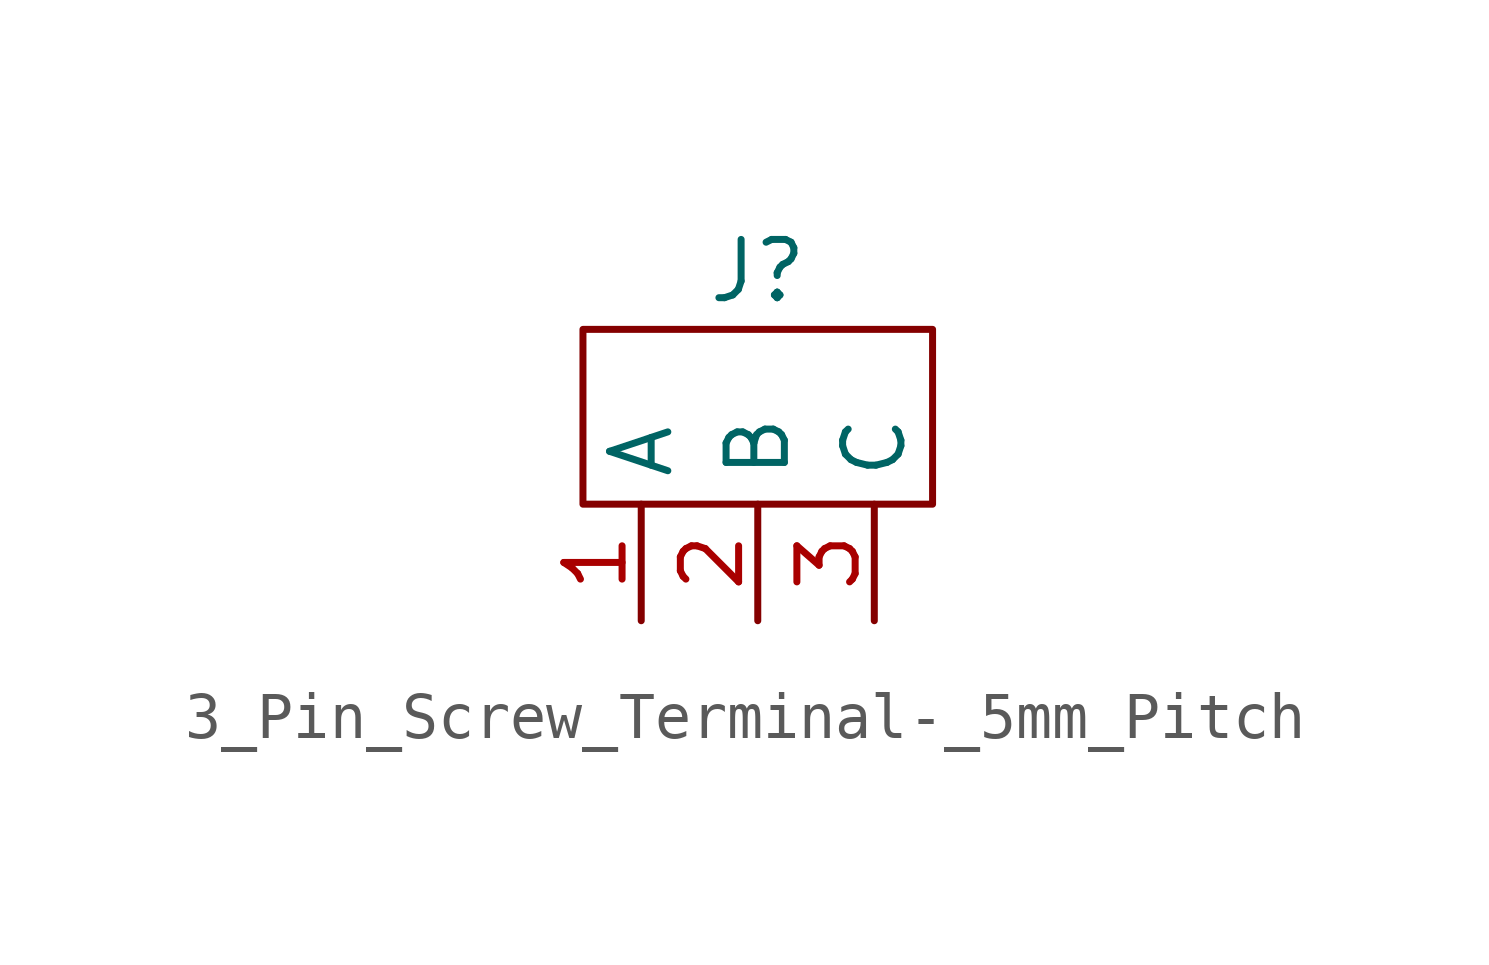
<source format=kicad_sym>
(kicad_symbol_lib
  (version 20231120)
  (generator "kicad_symbol_editor")
  (generator_version "8.0")
  (symbol "3_Pin_Screw_Terminal-_5mm_Pitch"
    (property "Reference" "J"
      (at 2.54 1.27 0)
      (effects (font (size 1.27 1.27))))
    (property "Value" ""
      (at 0 0 0)
      (effects (font (size 1.27 1.27))))
    (symbol "3_Pin_Screw_Terminal-_5mm_Pitch_1_1"
      (text_box "" (at -1.27 0 0) (size 7.62 -3.81) (stroke (width 0) (type default)) (fill (type none)) (effects (font (size 1.27 1.27)) (justify left top)))
      (pin input line (at 0 -6.35 90) (length 2.54) (name "A" (effects (font (size 1.27 1.27)))) (number "1" (effects (font (size 1.27 1.27)))))
      (pin input line (at 2.54 -6.35 90) (length 2.54) (name "B" (effects (font (size 1.27 1.27)))) (number "2" (effects (font (size 1.27 1.27)))))
      (pin input line (at 5.08 -6.35 90) (length 2.54) (name "C" (effects (font (size 1.27 1.27)))) (number "3" (effects (font (size 1.27 1.27))))))))
</source>
